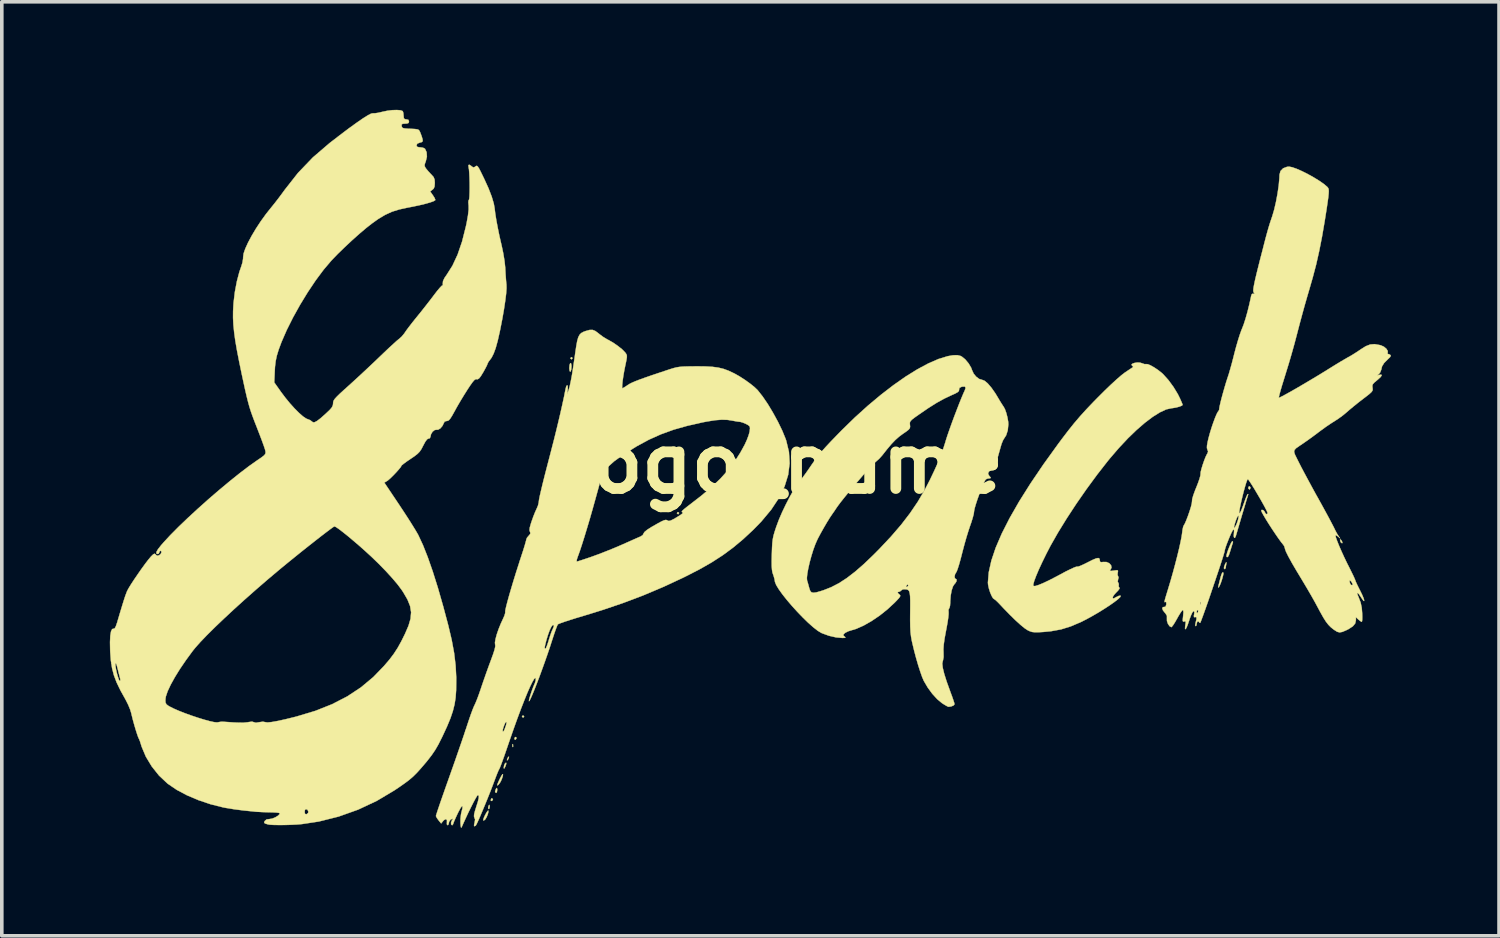
<source format=kicad_pcb>
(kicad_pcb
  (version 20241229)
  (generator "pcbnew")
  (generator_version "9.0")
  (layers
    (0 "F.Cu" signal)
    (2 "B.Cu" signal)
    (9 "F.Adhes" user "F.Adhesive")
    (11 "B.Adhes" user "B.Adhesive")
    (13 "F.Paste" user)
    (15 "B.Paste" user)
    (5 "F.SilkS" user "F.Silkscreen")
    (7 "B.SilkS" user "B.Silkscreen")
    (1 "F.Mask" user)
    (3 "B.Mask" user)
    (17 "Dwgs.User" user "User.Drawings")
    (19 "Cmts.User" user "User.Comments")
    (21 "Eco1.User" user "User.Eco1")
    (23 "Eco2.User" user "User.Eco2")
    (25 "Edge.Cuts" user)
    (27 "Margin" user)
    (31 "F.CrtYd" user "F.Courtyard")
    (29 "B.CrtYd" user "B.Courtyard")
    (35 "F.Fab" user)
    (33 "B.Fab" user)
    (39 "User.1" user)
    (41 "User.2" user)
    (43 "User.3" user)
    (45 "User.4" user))
  (footprint "logo_name"
    (layer "F.Cu")
    (at 18.707 9.826)
    (property "Reference" "logo_name" (at 0 0 0) (layer "F.SilkS") (effects (font (size 1.524 1.524) (thickness 0.3))))
    (attr through_hole)
    (fp_poly (pts (xy -7.511 7.792) (xy -7.507 7.853) (xy -7.511 7.867) (xy -7.521 7.87) (xy -7.526 7.829) (xy -7.521 7.787) (xy -7.511 7.792)) (stroke (width 0.01) (type solid)) (fill yes) (layer "F.SilkS"))
    (fp_poly (pts (xy 15.508 2.149) (xy 15.523 2.196) (xy 15.513 2.211) (xy 15.48 2.187) (xy 15.467 2.162) (xy 15.456 2.11) (xy 15.474 2.105) (xy 15.508 2.149)) (stroke (width 0.01) (type solid)) (fill yes) (layer "F.SilkS"))
    (fp_poly (pts (xy -8.16 9.498) (xy -8.158 9.532) (xy -8.169 9.581) (xy -8.185 9.592) (xy -8.2 9.568) (xy -8.196 9.532) (xy -8.179 9.484) (xy -8.169 9.473) (xy -8.16 9.498)) (stroke (width 0.01) (type solid)) (fill yes) (layer "F.SilkS"))
    (fp_poly (pts (xy -8.069 9.315) (xy -8.068 9.322) (xy -8.09 9.362) (xy -8.098 9.368) (xy -8.124 9.361) (xy -8.128 9.34) (xy -8.112 9.299) (xy -8.098 9.293) (xy -8.069 9.315)) (stroke (width 0.01) (type solid)) (fill yes) (layer "F.SilkS"))
    (fp_poly (pts (xy -7.621 8.143) (xy -7.636 8.192) (xy -7.65 8.218) (xy -7.674 8.242) (xy -7.679 8.233) (xy -7.664 8.183) (xy -7.65 8.158) (xy -7.626 8.134) (xy -7.621 8.143)) (stroke (width 0.01) (type solid)) (fill yes) (layer "F.SilkS"))
    (fp_poly (pts (xy -7.412 7.612) (xy -7.411 7.618) (xy -7.433 7.659) (xy -7.441 7.665) (xy -7.466 7.658) (xy -7.471 7.637) (xy -7.455 7.596) (xy -7.441 7.59) (xy -7.412 7.612)) (stroke (width 0.01) (type solid)) (fill yes) (layer "F.SilkS"))
    (fp_poly (pts (xy -7.203 7.015) (xy -7.202 7.022) (xy -7.224 7.051) (xy -7.232 7.052) (xy -7.261 7.029) (xy -7.261 7.022) (xy -7.239 6.993) (xy -7.232 6.992) (xy -7.203 7.015)) (stroke (width 0.01) (type solid)) (fill yes) (layer "F.SilkS"))
    (fp_poly (pts (xy -5.858 -2.936) (xy -5.857 -2.928) (xy -5.88 -2.899) (xy -5.887 -2.899) (xy -5.916 -2.921) (xy -5.917 -2.928) (xy -5.894 -2.957) (xy -5.887 -2.958) (xy -5.858 -2.936)) (stroke (width 0.01) (type solid)) (fill yes) (layer "F.SilkS"))
    (fp_poly (pts (xy -2.899 1.367) (xy -2.899 1.375) (xy -2.921 1.404) (xy -2.928 1.404) (xy -2.957 1.382) (xy -2.958 1.375) (xy -2.936 1.346) (xy -2.928 1.345) (xy -2.899 1.367)) (stroke (width 0.01) (type solid)) (fill yes) (layer "F.SilkS"))
    (fp_poly (pts (xy 12.966 0.652) (xy 12.969 0.672) (xy 12.953 0.712) (xy 12.939 0.717) (xy 12.913 0.693) (xy 12.909 0.672) (xy 12.925 0.633) (xy 12.939 0.628) (xy 12.966 0.652)) (stroke (width 0.01) (type solid)) (fill yes) (layer "F.SilkS"))
    (fp_poly (pts (xy -7.95 9.036) (xy -7.949 9.062) (xy -7.958 9.121) (xy -7.979 9.144) (xy -8.006 9.12) (xy -8.008 9.107) (xy -7.992 9.05) (xy -7.979 9.024) (xy -7.958 9.004) (xy -7.95 9.036)) (stroke (width 0.01) (type solid)) (fill yes) (layer "F.SilkS"))
    (fp_poly (pts (xy -7.699 8.308) (xy -7.7 8.342) (xy -7.722 8.406) (xy -7.725 8.412) (xy -7.752 8.465) (xy -7.764 8.465) (xy -7.767 8.442) (xy -7.758 8.382) (xy -7.735 8.33) (xy -7.709 8.305) (xy -7.699 8.308)) (stroke (width 0.01) (type solid)) (fill yes) (layer "F.SilkS"))
    (fp_poly (pts (xy 12.301 2.772) (xy 12.299 2.779) (xy 12.286 2.851) (xy 12.282 2.891) (xy 12.262 2.926) (xy 12.25 2.928) (xy 12.232 2.905) (xy 12.238 2.861) (xy 12.264 2.792) (xy 12.287 2.748) (xy 12.302 2.738) (xy 12.301 2.772)) (stroke (width 0.01) (type solid)) (fill yes) (layer "F.SilkS"))
    (fp_poly (pts (xy -5.897 -2.781) (xy -5.887 -2.718) (xy -5.887 -2.693) (xy -5.894 -2.613) (xy -5.911 -2.561) (xy -5.917 -2.555) (xy -5.936 -2.568) (xy -5.946 -2.631) (xy -5.947 -2.656) (xy -5.94 -2.736) (xy -5.923 -2.788) (xy -5.917 -2.794) (xy -5.897 -2.781)) (stroke (width 0.01) (type solid)) (fill yes) (layer "F.SilkS"))
    (fp_poly (pts (xy -8.198 9.632) (xy -8.194 9.671) (xy -8.212 9.74) (xy -8.243 9.815) (xy -8.279 9.876) (xy -8.294 9.892) (xy -8.329 9.913) (xy -8.337 9.894) (xy -8.325 9.847) (xy -8.296 9.779) (xy -8.258 9.708) (xy -8.223 9.653) (xy -8.2 9.631) (xy -8.198 9.632)) (stroke (width 0.01) (type solid)) (fill yes) (layer "F.SilkS"))
    (fp_poly (pts (xy -7.788 8.631) (xy -7.795 8.678) (xy -7.817 8.746) (xy -7.848 8.819) (xy -7.874 8.864) (xy -7.917 8.92) (xy -7.944 8.936) (xy -7.949 8.924) (xy -7.936 8.883) (xy -7.905 8.811) (xy -7.866 8.731) (xy -7.828 8.661) (xy -7.802 8.623) (xy -7.8 8.622) (xy -7.788 8.631)) (stroke (width 0.01) (type solid)) (fill yes) (layer "F.SilkS"))
    (fp_poly (pts (xy 12.484 2.174) (xy 12.478 2.203) (xy 12.459 2.258) (xy 12.431 2.349) (xy 12.407 2.427) (xy 12.371 2.536) (xy 12.342 2.59) (xy 12.316 2.595) (xy 12.302 2.577) (xy 12.305 2.538) (xy 12.325 2.464) (xy 12.358 2.371) (xy 12.396 2.278) (xy 12.432 2.2) (xy 12.461 2.156) (xy 12.468 2.152) (xy 12.484 2.174)) (stroke (width 0.01) (type solid)) (fill yes) (layer "F.SilkS"))
    (fp_poly (pts (xy 12.215 3.025) (xy 12.219 3.052) (xy 12.207 3.111) (xy 12.179 3.215) (xy 12.174 3.229) (xy 12.146 3.313) (xy 12.117 3.382) (xy 12.092 3.428) (xy 12.076 3.441) (xy 12.076 3.414) (xy 12.084 3.377) (xy 12.103 3.302) (xy 12.128 3.201) (xy 12.138 3.16) (xy 12.163 3.078) (xy 12.187 3.027) (xy 12.197 3.018) (xy 12.215 3.025)) (stroke (width 0.01) (type solid)) (fill yes) (layer "F.SilkS"))
    (fp_poly (pts (xy 9.895 -2.807) (xy 9.959 -2.788) (xy 10.026 -2.764) (xy 10.071 -2.765) (xy 10.071 -2.765) (xy 10.117 -2.762) (xy 10.196 -2.729) (xy 10.295 -2.673) (xy 10.401 -2.602) (xy 10.502 -2.523) (xy 10.548 -2.48) (xy 10.69 -2.322) (xy 10.831 -2.13) (xy 10.953 -1.929) (xy 11.014 -1.805) (xy 11.053 -1.717) (xy 11.079 -1.653) (xy 11.086 -1.631) (xy 11.06 -1.609) (xy 10.993 -1.583) (xy 10.903 -1.559) (xy 10.809 -1.543) (xy 10.778 -1.54) (xy 10.629 -1.507) (xy 10.453 -1.425) (xy 10.254 -1.3) (xy 10.036 -1.135) (xy 9.804 -0.934) (xy 9.561 -0.699) (xy 9.313 -0.434) (xy 9.063 -0.143) (xy 9.005 -0.072) (xy 8.709 0.307) (xy 8.416 0.706) (xy 8.133 1.113) (xy 7.867 1.519) (xy 7.625 1.912) (xy 7.415 2.281) (xy 7.302 2.499) (xy 7.186 2.736) (xy 7.09 2.943) (xy 7.016 3.118) (xy 6.965 3.254) (xy 6.939 3.348) (xy 6.941 3.395) (xy 6.942 3.396) (xy 6.986 3.4) (xy 7.076 3.373) (xy 7.209 3.319) (xy 7.38 3.238) (xy 7.585 3.132) (xy 7.694 3.074) (xy 7.84 2.995) (xy 7.968 2.932) (xy 8.068 2.886) (xy 8.132 2.862) (xy 8.15 2.861) (xy 8.179 2.861) (xy 8.249 2.836) (xy 8.349 2.791) (xy 8.443 2.744) (xy 8.584 2.673) (xy 8.681 2.632) (xy 8.742 2.62) (xy 8.775 2.637) (xy 8.785 2.681) (xy 8.785 2.69) (xy 8.795 2.729) (xy 8.836 2.736) (xy 8.875 2.73) (xy 8.969 2.731) (xy 9.047 2.765) (xy 9.098 2.822) (xy 9.111 2.889) (xy 9.077 2.954) (xy 9.065 2.975) (xy 9.094 2.98) (xy 9.171 2.97) (xy 9.251 2.959) (xy 9.287 2.965) (xy 9.29 2.994) (xy 9.283 3.027) (xy 9.278 3.09) (xy 9.292 3.122) (xy 9.306 3.163) (xy 9.293 3.212) (xy 9.282 3.28) (xy 9.297 3.304) (xy 9.314 3.344) (xy 9.309 3.37) (xy 9.312 3.422) (xy 9.327 3.439) (xy 9.333 3.47) (xy 9.291 3.527) (xy 9.254 3.564) (xy 9.19 3.633) (xy 9.15 3.693) (xy 9.144 3.715) (xy 9.151 3.742) (xy 9.18 3.739) (xy 9.245 3.703) (xy 9.246 3.703) (xy 9.319 3.669) (xy 9.362 3.668) (xy 9.366 3.672) (xy 9.353 3.704) (xy 9.295 3.76) (xy 9.199 3.835) (xy 9.075 3.923) (xy 8.929 4.019) (xy 8.769 4.119) (xy 8.602 4.217) (xy 8.437 4.308) (xy 8.282 4.388) (xy 8.265 4.396) (xy 7.98 4.518) (xy 7.71 4.602) (xy 7.432 4.653) (xy 7.217 4.674) (xy 7.076 4.682) (xy 6.977 4.682) (xy 6.905 4.674) (xy 6.843 4.654) (xy 6.783 4.626) (xy 6.699 4.571) (xy 6.582 4.475) (xy 6.44 4.346) (xy 6.279 4.188) (xy 6.105 4.009) (xy 6.01 3.907) (xy 5.939 3.834) (xy 5.883 3.783) (xy 5.856 3.765) (xy 5.821 3.739) (xy 5.78 3.669) (xy 5.739 3.573) (xy 5.705 3.465) (xy 5.683 3.361) (xy 5.678 3.302) (xy 5.702 3.015) (xy 5.774 2.692) (xy 5.894 2.335) (xy 6.063 1.942) (xy 6.28 1.515) (xy 6.545 1.052) (xy 6.859 0.553) (xy 7.22 0.02) (xy 7.63 -0.549) (xy 7.733 -0.687) (xy 7.91 -0.919) (xy 8.073 -1.123) (xy 8.236 -1.314) (xy 8.411 -1.507) (xy 8.612 -1.718) (xy 8.724 -1.832) (xy 8.916 -2.024) (xy 9.094 -2.195) (xy 9.252 -2.34) (xy 9.382 -2.453) (xy 9.48 -2.529) (xy 9.488 -2.534) (xy 9.585 -2.599) (xy 9.662 -2.65) (xy 9.706 -2.68) (xy 9.711 -2.683) (xy 9.703 -2.704) (xy 9.685 -2.717) (xy 9.664 -2.747) (xy 9.689 -2.775) (xy 9.745 -2.796) (xy 9.818 -2.808) (xy 9.895 -2.807)) (stroke (width 0.01) (type solid)) (fill yes) (layer "F.SilkS"))
    (fp_poly (pts (xy 4.916 -2.992) (xy 4.956 -2.971) (xy 5.049 -2.895) (xy 5.14 -2.786) (xy 5.211 -2.667) (xy 5.241 -2.588) (xy 5.283 -2.498) (xy 5.354 -2.413) (xy 5.436 -2.352) (xy 5.507 -2.331) (xy 5.581 -2.304) (xy 5.672 -2.229) (xy 5.774 -2.11) (xy 5.883 -1.955) (xy 5.946 -1.851) (xy 6.009 -1.744) (xy 6.066 -1.653) (xy 6.105 -1.593) (xy 6.112 -1.584) (xy 6.15 -1.515) (xy 6.188 -1.408) (xy 6.22 -1.284) (xy 6.241 -1.163) (xy 6.245 -1.093) (xy 6.229 -0.927) (xy 6.184 -0.787) (xy 6.131 -0.705) (xy 6.095 -0.644) (xy 6.056 -0.547) (xy 6.025 -0.441) (xy 5.956 -0.195) (xy 5.883 -0.009) (xy 5.806 0.119) (xy 5.766 0.161) (xy 5.699 0.228) (xy 5.682 0.282) (xy 5.713 0.337) (xy 5.728 0.353) (xy 5.758 0.389) (xy 5.744 0.405) (xy 5.69 0.412) (xy 5.654 0.419) (xy 5.624 0.435) (xy 5.596 0.47) (xy 5.564 0.532) (xy 5.522 0.63) (xy 5.467 0.773) (xy 5.445 0.831) (xy 5.389 0.984) (xy 5.343 1.124) (xy 5.31 1.238) (xy 5.294 1.314) (xy 5.293 1.33) (xy 5.284 1.395) (xy 5.257 1.499) (xy 5.218 1.627) (xy 5.186 1.718) (xy 5.139 1.858) (xy 5.084 2.036) (xy 5.028 2.232) (xy 4.976 2.428) (xy 4.96 2.491) (xy 4.918 2.654) (xy 4.877 2.8) (xy 4.84 2.917) (xy 4.811 2.994) (xy 4.798 3.016) (xy 4.765 3.073) (xy 4.752 3.137) (xy 4.761 3.185) (xy 4.781 3.197) (xy 4.809 3.218) (xy 4.805 3.266) (xy 4.772 3.321) (xy 4.751 3.342) (xy 4.707 3.409) (xy 4.67 3.521) (xy 4.644 3.664) (xy 4.632 3.824) (xy 4.632 3.857) (xy 4.626 3.945) (xy 4.61 4.006) (xy 4.6 4.02) (xy 4.582 4.061) (xy 4.586 4.119) (xy 4.586 4.176) (xy 4.576 4.279) (xy 4.556 4.414) (xy 4.528 4.569) (xy 4.516 4.632) (xy 4.475 4.852) (xy 4.451 5.024) (xy 4.442 5.158) (xy 4.445 5.239) (xy 4.447 5.371) (xy 4.43 5.466) (xy 4.424 5.482) (xy 4.41 5.553) (xy 4.424 5.671) (xy 4.464 5.836) (xy 4.532 6.051) (xy 4.628 6.317) (xy 4.633 6.332) (xy 4.681 6.461) (xy 4.719 6.571) (xy 4.744 6.649) (xy 4.751 6.681) (xy 4.725 6.714) (xy 4.662 6.741) (xy 4.587 6.753) (xy 4.548 6.738) (xy 4.476 6.697) (xy 4.398 6.647) (xy 4.269 6.539) (xy 4.133 6.39) (xy 4.005 6.215) (xy 3.898 6.032) (xy 3.896 6.028) (xy 3.852 5.926) (xy 3.8 5.778) (xy 3.742 5.598) (xy 3.684 5.398) (xy 3.629 5.191) (xy 3.581 4.99) (xy 3.567 4.931) (xy 3.544 4.806) (xy 3.529 4.677) (xy 3.521 4.527) (xy 3.518 4.343) (xy 3.519 4.184) (xy 3.521 3.966) (xy 3.521 3.8) (xy 3.517 3.679) (xy 3.507 3.596) (xy 3.491 3.542) (xy 3.467 3.511) (xy 3.433 3.495) (xy 3.398 3.488) (xy 3.313 3.49) (xy 3.278 3.515) (xy 3.232 3.552) (xy 3.211 3.556) (xy 3.171 3.568) (xy 3.185 3.603) (xy 3.22 3.633) (xy 3.242 3.656) (xy 3.241 3.683) (xy 3.213 3.727) (xy 3.151 3.795) (xy 3.093 3.855) (xy 2.892 4.042) (xy 2.673 4.217) (xy 2.446 4.371) (xy 2.224 4.497) (xy 2.019 4.588) (xy 1.888 4.627) (xy 1.793 4.657) (xy 1.716 4.697) (xy 1.701 4.708) (xy 1.663 4.749) (xy 1.669 4.777) (xy 1.696 4.8) (xy 1.723 4.825) (xy 1.707 4.837) (xy 1.641 4.84) (xy 1.638 4.84) (xy 1.46 4.824) (xy 1.263 4.779) (xy 1.074 4.71) (xy 1.052 4.7) (xy 0.952 4.64) (xy 0.828 4.543) (xy 0.688 4.419) (xy 0.539 4.274) (xy 0.386 4.115) (xy 0.236 3.95) (xy 0.096 3.786) (xy -0.027 3.631) (xy -0.128 3.49) (xy -0.2 3.372) (xy -0.236 3.284) (xy -0.239 3.261) (xy -0.25 3.194) (xy -0.257 3.172) (xy 0.65 3.172) (xy 0.655 3.24) (xy 0.682 3.33) (xy 0.711 3.437) (xy 0.717 3.459) (xy 0.741 3.529) (xy 0.775 3.571) (xy 0.83 3.585) (xy 0.916 3.574) (xy 1.042 3.538) (xy 1.121 3.512) (xy 1.331 3.429) (xy 1.367 3.41) (xy 3.407 3.41) (xy 3.425 3.426) (xy 3.436 3.422) (xy 3.465 3.382) (xy 3.466 3.373) (xy 3.448 3.357) (xy 3.436 3.362) (xy 3.408 3.401) (xy 3.407 3.41) (xy 1.367 3.41) (xy 1.542 3.319) (xy 1.759 3.178) (xy 1.989 3.001) (xy 2.237 2.785) (xy 2.508 2.525) (xy 2.66 2.372) (xy 2.987 2.024) (xy 3.27 1.695) (xy 3.515 1.376) (xy 3.732 1.056) (xy 3.926 0.724) (xy 4.071 0.444) (xy 4.188 0.198) (xy 4.283 -0.012) (xy 4.361 -0.202) (xy 4.429 -0.388) (xy 4.493 -0.587) (xy 4.513 -0.656) (xy 4.552 -0.777) (xy 4.606 -0.933) (xy 4.67 -1.113) (xy 4.741 -1.305) (xy 4.815 -1.498) (xy 4.885 -1.679) (xy 4.949 -1.837) (xy 5.001 -1.96) (xy 5.033 -2.028) (xy 5.059 -2.103) (xy 5.04 -2.139) (xy 4.973 -2.14) (xy 4.946 -2.134) (xy 4.887 -2.104) (xy 4.877 -2.054) (xy 4.872 -2.019) (xy 4.839 -1.986) (xy 4.768 -1.946) (xy 4.662 -1.899) (xy 4.467 -1.807) (xy 4.257 -1.691) (xy 4.023 -1.544) (xy 3.759 -1.363) (xy 3.644 -1.282) (xy 3.569 -1.224) (xy 3.528 -1.181) (xy 3.511 -1.144) (xy 3.51 -1.102) (xy 3.513 -1.076) (xy 3.517 -1.023) (xy 3.507 -0.982) (xy 3.474 -0.942) (xy 3.407 -0.89) (xy 3.319 -0.83) (xy 3.211 -0.75) (xy 3.108 -0.659) (xy 3.001 -0.547) (xy 2.879 -0.403) (xy 2.739 -0.226) (xy 2.657 -0.135) (xy 2.561 -0.05) (xy 2.541 -0.034) (xy 2.492 0.011) (xy 2.413 0.094) (xy 2.311 0.207) (xy 2.192 0.343) (xy 2.063 0.493) (xy 1.93 0.65) (xy 1.802 0.804) (xy 1.684 0.949) (xy 1.584 1.075) (xy 1.509 1.176) (xy 1.475 1.224) (xy 1.417 1.312) (xy 1.361 1.391) (xy 1.353 1.403) (xy 1.288 1.499) (xy 1.206 1.632) (xy 1.116 1.786) (xy 1.028 1.943) (xy 0.951 2.089) (xy 0.941 2.11) (xy 0.885 2.237) (xy 0.828 2.393) (xy 0.775 2.565) (xy 0.727 2.741) (xy 0.689 2.909) (xy 0.662 3.057) (xy 0.65 3.172) (xy -0.257 3.172) (xy -0.277 3.105) (xy -0.287 3.078) (xy -0.307 3.017) (xy -0.319 2.942) (xy -0.326 2.842) (xy -0.327 2.706) (xy -0.323 2.521) (xy -0.323 2.518) (xy -0.317 2.34) (xy -0.309 2.206) (xy -0.296 2.097) (xy -0.276 1.998) (xy -0.245 1.891) (xy -0.202 1.76) (xy -0.198 1.749) (xy -0.127 1.558) (xy -0.037 1.349) (xy 0.065 1.136) (xy 0.171 0.93) (xy 0.276 0.744) (xy 0.373 0.592) (xy 0.441 0.502) (xy 0.509 0.417) (xy 0.598 0.297) (xy 0.696 0.159) (xy 0.791 0.018) (xy 0.792 0.018) (xy 0.872 -0.098) (xy 0.958 -0.212) (xy 1.056 -0.332) (xy 1.174 -0.464) (xy 1.317 -0.617) (xy 1.493 -0.799) (xy 1.619 -0.928) (xy 1.982 -1.282) (xy 2.346 -1.611) (xy 2.706 -1.912) (xy 3.058 -2.183) (xy 3.398 -2.421) (xy 3.722 -2.622) (xy 4.027 -2.785) (xy 4.308 -2.907) (xy 4.56 -2.984) (xy 4.71 -3.01) (xy 4.828 -3.013) (xy 4.916 -2.992)) (stroke (width 0.01) (type solid)) (fill yes) (layer "F.SilkS"))
    (fp_poly (pts (xy -5.223 -3.683) (xy -5.129 -3.612) (xy -5.106 -3.593) (xy -5.015 -3.525) (xy -4.906 -3.458) (xy -4.866 -3.437) (xy -4.736 -3.364) (xy -4.604 -3.273) (xy -4.485 -3.179) (xy -4.4 -3.093) (xy -4.388 -3.078) (xy -4.362 -3.04) (xy -4.349 -3.003) (xy -4.349 -2.951) (xy -4.362 -2.872) (xy -4.387 -2.749) (xy -4.391 -2.734) (xy -4.422 -2.579) (xy -4.448 -2.428) (xy -4.467 -2.293) (xy -4.478 -2.185) (xy -4.48 -2.114) (xy -4.472 -2.092) (xy -4.44 -2.108) (xy -4.375 -2.148) (xy -4.326 -2.182) (xy -4.277 -2.213) (xy -4.21 -2.247) (xy -4.12 -2.286) (xy -4.002 -2.332) (xy -3.849 -2.387) (xy -3.656 -2.454) (xy -3.417 -2.534) (xy -3.153 -2.622) (xy -3.059 -2.651) (xy -2.975 -2.673) (xy -2.889 -2.687) (xy -2.787 -2.696) (xy -2.656 -2.7) (xy -2.483 -2.702) (xy -2.406 -2.703) (xy -2.166 -2.7) (xy -1.972 -2.689) (xy -1.809 -2.667) (xy -1.664 -2.632) (xy -1.523 -2.58) (xy -1.371 -2.508) (xy -1.362 -2.504) (xy -1.224 -2.426) (xy -1.075 -2.33) (xy -0.931 -2.227) (xy -0.807 -2.128) (xy -0.72 -2.045) (xy -0.718 -2.043) (xy -0.581 -1.869) (xy -0.434 -1.654) (xy -0.289 -1.412) (xy -0.152 -1.161) (xy -0.033 -0.915) (xy 0.059 -0.69) (xy 0.076 -0.642) (xy 0.152 -0.327) (xy 0.171 -0.01) (xy 0.131 0.309) (xy 0.032 0.629) (xy -0.125 0.953) (xy -0.342 1.28) (xy -0.618 1.61) (xy -0.841 1.839) (xy -1.122 2.1) (xy -1.399 2.331) (xy -1.685 2.542) (xy -1.991 2.74) (xy -2.329 2.933) (xy -2.711 3.129) (xy -2.794 3.17) (xy -3.348 3.427) (xy -3.897 3.659) (xy -4.458 3.871) (xy -5.049 4.071) (xy -5.558 4.228) (xy -5.75 4.285) (xy -5.924 4.34) (xy -6.07 4.387) (xy -6.181 4.426) (xy -6.248 4.453) (xy -6.264 4.462) (xy -6.285 4.502) (xy -6.318 4.588) (xy -6.361 4.709) (xy -6.408 4.852) (xy -6.424 4.901) (xy -6.485 5.09) (xy -6.554 5.294) (xy -6.628 5.506) (xy -6.704 5.717) (xy -6.779 5.922) (xy -6.852 6.112) (xy -6.918 6.281) (xy -6.976 6.421) (xy -7.022 6.525) (xy -7.054 6.586) (xy -7.068 6.598) (xy -7.066 6.566) (xy -7.047 6.493) (xy -7.017 6.395) (xy -6.981 6.289) (xy -6.944 6.19) (xy -6.912 6.114) (xy -6.904 6.098) (xy -6.88 6.02) (xy -6.879 5.968) (xy -6.894 5.949) (xy -6.927 5.983) (xy -6.975 6.066) (xy -7.037 6.193) (xy -7.111 6.361) (xy -7.195 6.567) (xy -7.288 6.805) (xy -7.388 7.072) (xy -7.493 7.364) (xy -7.602 7.677) (xy -7.633 7.767) (xy -7.698 7.957) (xy -7.758 8.13) (xy -7.811 8.276) (xy -7.852 8.387) (xy -7.88 8.454) (xy -7.888 8.471) (xy -7.91 8.512) (xy -7.946 8.596) (xy -7.99 8.709) (xy -8.019 8.787) (xy -8.074 8.933) (xy -8.138 9.099) (xy -8.208 9.275) (xy -8.281 9.454) (xy -8.352 9.625) (xy -8.417 9.779) (xy -8.473 9.907) (xy -8.516 9.999) (xy -8.542 10.047) (xy -8.545 10.051) (xy -8.581 10.071) (xy -8.594 10.044) (xy -8.581 9.979) (xy -8.577 9.969) (xy -8.563 9.882) (xy -8.581 9.835) (xy -8.594 9.794) (xy -8.589 9.731) (xy -8.564 9.635) (xy -8.536 9.545) (xy -8.488 9.393) (xy -8.463 9.291) (xy -8.46 9.23) (xy -8.479 9.205) (xy -8.489 9.204) (xy -8.51 9.229) (xy -8.552 9.3) (xy -8.609 9.405) (xy -8.675 9.536) (xy -8.748 9.683) (xy -8.82 9.837) (xy -8.888 9.986) (xy -8.925 10.07) (xy -8.943 10.107) (xy -8.955 10.103) (xy -8.963 10.053) (xy -8.97 9.981) (xy -8.969 9.857) (xy -8.954 9.731) (xy -8.943 9.682) (xy -8.915 9.573) (xy -8.912 9.517) (xy -8.929 9.513) (xy -8.967 9.562) (xy -9.021 9.662) (xy -9.05 9.72) (xy -9.103 9.835) (xy -9.145 9.931) (xy -9.17 9.995) (xy -9.174 10.011) (xy -9.197 10.04) (xy -9.204 10.04) (xy -9.229 10.018) (xy -9.231 9.966) (xy -9.209 9.911) (xy -9.198 9.897) (xy -9.181 9.867) (xy -9.192 9.861) (xy -9.246 9.887) (xy -9.286 9.946) (xy -9.293 9.987) (xy -9.309 10.032) (xy -9.327 10.04) (xy -9.348 10.015) (xy -9.346 9.965) (xy -9.346 9.894) (xy -9.378 9.871) (xy -9.429 9.9) (xy -9.45 9.922) (xy -9.506 9.992) (xy -9.578 9.904) (xy -9.625 9.838) (xy -9.65 9.789) (xy -9.651 9.783) (xy -9.641 9.748) (xy -9.614 9.663) (xy -9.571 9.535) (xy -9.515 9.371) (xy -9.447 9.177) (xy -9.371 8.96) (xy -9.297 8.752) (xy -9.206 8.494) (xy -9.113 8.231) (xy -9.024 7.974) (xy -8.941 7.734) (xy -8.869 7.522) (xy -8.836 7.422) (xy -7.799 7.422) (xy -7.789 7.442) (xy -7.764 7.418) (xy -7.743 7.373) (xy -7.704 7.262) (xy -7.69 7.197) (xy -7.698 7.172) (xy -7.703 7.172) (xy -7.725 7.197) (xy -7.753 7.258) (xy -7.78 7.333) (xy -7.797 7.4) (xy -7.799 7.422) (xy -8.836 7.422) (xy -8.811 7.35) (xy -8.787 7.276) (xy -8.732 7.11) (xy -8.679 6.957) (xy -8.632 6.83) (xy -8.595 6.74) (xy -8.579 6.707) (xy -8.55 6.644) (xy -8.507 6.539) (xy -8.457 6.404) (xy -8.405 6.254) (xy -8.397 6.229) (xy -8.332 6.038) (xy -8.256 5.821) (xy -8.179 5.607) (xy -8.124 5.459) (xy -8.062 5.289) (xy -8.023 5.167) (xy -8.007 5.097) (xy -6.63 5.097) (xy -6.63 5.129) (xy -6.616 5.139) (xy -6.61 5.14) (xy -6.591 5.113) (xy -6.562 5.042) (xy -6.528 4.939) (xy -6.515 4.893) (xy -6.477 4.771) (xy -6.439 4.664) (xy -6.407 4.59) (xy -6.4 4.578) (xy -6.374 4.51) (xy -6.386 4.479) (xy -6.414 4.486) (xy -6.452 4.541) (xy -6.496 4.635) (xy -6.541 4.759) (xy -6.585 4.904) (xy -6.589 4.919) (xy -6.617 5.031) (xy -6.63 5.097) (xy -8.007 5.097) (xy -8.004 5.085) (xy -8.003 5.034) (xy -8.008 5.021) (xy -8.012 4.965) (xy -7.995 4.868) (xy -7.961 4.741) (xy -7.912 4.598) (xy -7.853 4.451) (xy -7.789 4.312) (xy -7.749 4.221) (xy -7.727 4.147) (xy -7.727 4.114) (xy -7.723 4.072) (xy -7.703 3.98) (xy -7.669 3.846) (xy -7.622 3.675) (xy -7.564 3.476) (xy -7.498 3.255) (xy -7.425 3.019) (xy -7.347 2.776) (xy -7.325 2.706) (xy -5.745 2.706) (xy -5.739 2.719) (xy -5.703 2.71) (xy -5.62 2.684) (xy -5.504 2.646) (xy -5.364 2.599) (xy -5.314 2.581) (xy -5.133 2.515) (xy -4.922 2.433) (xy -4.706 2.346) (xy -4.509 2.262) (xy -4.482 2.25) (xy -4.327 2.181) (xy -4.186 2.118) (xy -4.07 2.067) (xy -3.99 2.032) (xy -3.967 2.023) (xy -3.908 1.983) (xy -3.885 1.939) (xy -3.858 1.897) (xy -3.784 1.836) (xy -3.668 1.762) (xy -3.653 1.753) (xy -3.503 1.667) (xy -3.396 1.609) (xy -3.322 1.575) (xy -3.272 1.562) (xy -3.238 1.567) (xy -3.216 1.58) (xy -3.184 1.592) (xy -3.134 1.581) (xy -3.054 1.542) (xy -2.961 1.488) (xy -2.857 1.423) (xy -2.802 1.381) (xy -2.792 1.357) (xy -2.809 1.35) (xy -2.826 1.338) (xy -2.81 1.309) (xy -2.755 1.259) (xy -2.658 1.182) (xy -2.608 1.144) (xy -2.274 0.885) (xy -1.989 0.643) (xy -1.745 0.41) (xy -1.536 0.178) (xy -1.355 -0.058) (xy -1.196 -0.308) (xy -1.072 -0.535) (xy -1.015 -0.661) (xy -0.968 -0.786) (xy -0.94 -0.887) (xy -0.938 -0.901) (xy -0.929 -0.987) (xy -0.939 -1.036) (xy -0.981 -1.071) (xy -1.038 -1.102) (xy -1.124 -1.139) (xy -1.196 -1.16) (xy -1.213 -1.162) (xy -1.277 -1.169) (xy -1.368 -1.185) (xy -1.404 -1.192) (xy -1.552 -1.216) (xy -1.711 -1.221) (xy -1.895 -1.207) (xy -2.115 -1.172) (xy -2.237 -1.149) (xy -2.666 -1.052) (xy -3.049 -0.944) (xy -3.402 -0.816) (xy -3.739 -0.665) (xy -4.075 -0.483) (xy -4.423 -0.266) (xy -4.469 -0.235) (xy -4.699 -0.068) (xy -4.874 0.088) (xy -4.992 0.231) (xy -5.05 0.355) (xy -5.068 0.418) (xy -5.098 0.527) (xy -5.137 0.672) (xy -5.183 0.839) (xy -5.23 1.009) (xy -5.304 1.274) (xy -5.38 1.54) (xy -5.457 1.798) (xy -5.53 2.038) (xy -5.597 2.25) (xy -5.655 2.426) (xy -5.701 2.554) (xy -5.707 2.568) (xy -5.735 2.651) (xy -5.745 2.706) (xy -7.325 2.706) (xy -7.278 2.562) (xy -7.229 2.413) (xy -7.188 2.281) (xy -7.159 2.179) (xy -7.143 2.118) (xy -7.142 2.108) (xy -7.122 2.057) (xy -7.075 2.002) (xy -7.031 1.949) (xy -7.033 1.903) (xy -7.041 1.889) (xy -7.053 1.847) (xy -7.046 1.779) (xy -7.017 1.674) (xy -6.992 1.598) (xy -6.947 1.471) (xy -6.9 1.353) (xy -6.861 1.266) (xy -6.855 1.254) (xy -6.816 1.161) (xy -6.795 1.07) (xy -6.795 1.061) (xy -6.787 1) (xy -6.767 0.898) (xy -6.733 0.751) (xy -6.687 0.558) (xy -6.626 0.315) (xy -6.55 0.021) (xy -6.459 -0.328) (xy -6.436 -0.418) (xy -6.375 -0.655) (xy -6.312 -0.908) (xy -6.25 -1.165) (xy -6.191 -1.416) (xy -6.139 -1.648) (xy -6.095 -1.85) (xy -6.063 -2.012) (xy -6.052 -2.069) (xy -6.03 -2.153) (xy -6.006 -2.179) (xy -5.99 -2.151) (xy -5.989 -2.07) (xy -5.991 -2.054) (xy -6.006 -1.927) (xy -5.961 -2.062) (xy -5.934 -2.158) (xy -5.905 -2.292) (xy -5.872 -2.469) (xy -5.837 -2.694) (xy -5.796 -2.972) (xy -5.783 -3.068) (xy -5.754 -3.261) (xy -5.728 -3.405) (xy -5.699 -3.507) (xy -5.664 -3.577) (xy -5.618 -3.625) (xy -5.557 -3.659) (xy -5.496 -3.682) (xy -5.386 -3.713) (xy -5.302 -3.715) (xy -5.223 -3.683)) (stroke (width 0.01) (type solid)) (fill yes) (layer "F.SilkS"))
    (fp_poly (pts (xy 14.13 -8.231) (xy 14.254 -8.187) (xy 14.403 -8.121) (xy 14.564 -8.04) (xy 14.726 -7.95) (xy 14.877 -7.857) (xy 15.004 -7.769) (xy 15.096 -7.692) (xy 15.117 -7.669) (xy 15.132 -7.646) (xy 15.141 -7.614) (xy 15.144 -7.566) (xy 15.14 -7.495) (xy 15.13 -7.395) (xy 15.111 -7.26) (xy 15.085 -7.081) (xy 15.049 -6.854) (xy 15.029 -6.727) (xy 14.955 -6.296) (xy 14.878 -5.906) (xy 14.795 -5.537) (xy 14.699 -5.172) (xy 14.611 -4.866) (xy 14.548 -4.652) (xy 14.477 -4.404) (xy 14.406 -4.147) (xy 14.341 -3.905) (xy 14.312 -3.795) (xy 14.245 -3.538) (xy 14.188 -3.322) (xy 14.135 -3.132) (xy 14.083 -2.95) (xy 14.027 -2.761) (xy 13.961 -2.547) (xy 13.891 -2.32) (xy 13.842 -2.162) (xy 13.802 -2.024) (xy 13.773 -1.917) (xy 13.758 -1.85) (xy 13.757 -1.831) (xy 13.787 -1.841) (xy 13.861 -1.877) (xy 13.973 -1.938) (xy 14.115 -2.017) (xy 14.28 -2.112) (xy 14.463 -2.219) (xy 14.655 -2.333) (xy 14.852 -2.451) (xy 15.044 -2.569) (xy 15.174 -2.65) (xy 15.321 -2.741) (xy 15.462 -2.827) (xy 15.583 -2.898) (xy 15.671 -2.949) (xy 15.696 -2.962) (xy 15.782 -3.011) (xy 15.895 -3.082) (xy 16.011 -3.159) (xy 16.029 -3.172) (xy 16.171 -3.261) (xy 16.294 -3.309) (xy 16.417 -3.319) (xy 16.558 -3.294) (xy 16.592 -3.285) (xy 16.676 -3.247) (xy 16.744 -3.19) (xy 16.782 -3.128) (xy 16.78 -3.079) (xy 16.777 -3.05) (xy 16.785 -3.048) (xy 16.829 -3.033) (xy 16.851 -3.021) (xy 16.867 -2.996) (xy 16.844 -2.957) (xy 16.782 -2.897) (xy 16.681 -2.796) (xy 16.623 -2.702) (xy 16.601 -2.61) (xy 16.571 -2.533) (xy 16.536 -2.491) (xy 16.498 -2.459) (xy 16.507 -2.455) (xy 16.535 -2.463) (xy 16.599 -2.474) (xy 16.615 -2.454) (xy 16.585 -2.407) (xy 16.51 -2.338) (xy 16.494 -2.324) (xy 16.411 -2.255) (xy 16.367 -2.206) (xy 16.353 -2.162) (xy 16.359 -2.106) (xy 16.364 -2.063) (xy 16.357 -2.027) (xy 16.329 -1.988) (xy 16.274 -1.937) (xy 16.183 -1.865) (xy 16.1 -1.802) (xy 15.968 -1.7) (xy 15.834 -1.592) (xy 15.716 -1.494) (xy 15.657 -1.442) (xy 15.542 -1.346) (xy 15.41 -1.249) (xy 15.309 -1.184) (xy 15.202 -1.116) (xy 15.07 -1.027) (xy 14.936 -0.93) (xy 14.881 -0.889) (xy 14.752 -0.792) (xy 14.615 -0.692) (xy 14.494 -0.606) (xy 14.452 -0.577) (xy 14.325 -0.491) (xy 14.239 -0.431) (xy 14.193 -0.381) (xy 14.181 -0.329) (xy 14.201 -0.261) (xy 14.248 -0.163) (xy 14.31 -0.04) (xy 14.371 0.08) (xy 14.455 0.24) (xy 14.556 0.428) (xy 14.666 0.632) (xy 14.779 0.839) (xy 14.841 0.949) (xy 14.947 1.14) (xy 15.047 1.323) (xy 15.136 1.487) (xy 15.209 1.625) (xy 15.262 1.726) (xy 15.285 1.771) (xy 15.335 1.873) (xy 15.385 1.963) (xy 15.41 2.002) (xy 15.462 2.077) (xy 15.396 2.02) (xy 15.35 1.99) (xy 15.33 1.996) (xy 15.33 1.997) (xy 15.342 2.052) (xy 15.378 2.151) (xy 15.431 2.283) (xy 15.498 2.437) (xy 15.574 2.603) (xy 15.655 2.771) (xy 15.694 2.847) (xy 15.761 2.981) (xy 15.818 3.097) (xy 15.858 3.185) (xy 15.878 3.233) (xy 15.879 3.237) (xy 15.894 3.278) (xy 15.931 3.359) (xy 15.983 3.464) (xy 16.012 3.521) (xy 16.068 3.635) (xy 16.106 3.726) (xy 16.126 3.789) (xy 16.125 3.816) (xy 16.104 3.803) (xy 16.06 3.741) (xy 16.052 3.729) (xy 15.989 3.635) (xy 15.949 3.59) (xy 15.933 3.594) (xy 15.946 3.647) (xy 15.978 3.724) (xy 16.029 3.859) (xy 16.059 4.002) (xy 16.071 4.146) (xy 16.074 4.259) (xy 16.072 4.345) (xy 16.064 4.389) (xy 16.06 4.393) (xy 16.023 4.374) (xy 15.968 4.329) (xy 15.967 4.328) (xy 15.897 4.263) (xy 15.897 4.352) (xy 15.877 4.438) (xy 15.812 4.516) (xy 15.697 4.592) (xy 15.627 4.627) (xy 15.521 4.672) (xy 15.445 4.686) (xy 15.376 4.668) (xy 15.293 4.615) (xy 15.277 4.604) (xy 15.2 4.542) (xy 15.132 4.473) (xy 15.064 4.385) (xy 14.991 4.269) (xy 14.905 4.116) (xy 14.841 3.996) (xy 14.763 3.851) (xy 14.664 3.675) (xy 14.555 3.487) (xy 14.447 3.305) (xy 14.42 3.26) (xy 15.719 3.26) (xy 15.733 3.32) (xy 15.736 3.329) (xy 15.765 3.368) (xy 15.796 3.375) (xy 15.808 3.353) (xy 15.791 3.312) (xy 15.764 3.27) (xy 15.73 3.241) (xy 15.719 3.26) (xy 14.42 3.26) (xy 14.413 3.248) (xy 14.248 2.975) (xy 14.117 2.751) (xy 14.02 2.574) (xy 13.957 2.447) (xy 13.928 2.368) (xy 13.926 2.353) (xy 13.906 2.29) (xy 13.878 2.249) (xy 13.821 2.178) (xy 13.746 2.075) (xy 13.66 1.95) (xy 13.569 1.814) (xy 13.479 1.675) (xy 13.398 1.545) (xy 13.332 1.433) (xy 13.286 1.35) (xy 13.268 1.304) (xy 13.268 1.303) (xy 13.285 1.282) (xy 13.323 1.292) (xy 13.358 1.325) (xy 13.366 1.345) (xy 13.392 1.389) (xy 13.424 1.404) (xy 13.443 1.385) (xy 13.442 1.362) (xy 13.422 1.312) (xy 13.379 1.227) (xy 13.318 1.115) (xy 13.246 0.987) (xy 13.167 0.852) (xy 13.089 0.72) (xy 13.017 0.603) (xy 12.956 0.508) (xy 12.913 0.447) (xy 12.894 0.429) (xy 12.876 0.46) (xy 12.848 0.537) (xy 12.815 0.649) (xy 12.778 0.783) (xy 12.742 0.927) (xy 12.709 1.069) (xy 12.681 1.197) (xy 12.663 1.299) (xy 12.657 1.362) (xy 12.659 1.375) (xy 12.676 1.37) (xy 12.706 1.314) (xy 12.747 1.213) (xy 12.771 1.145) (xy 12.814 1.025) (xy 12.852 0.926) (xy 12.881 0.862) (xy 12.892 0.846) (xy 12.907 0.845) (xy 12.903 0.867) (xy 12.89 0.909) (xy 12.862 0.998) (xy 12.825 1.125) (xy 12.779 1.278) (xy 12.732 1.434) (xy 12.682 1.605) (xy 12.637 1.758) (xy 12.6 1.884) (xy 12.574 1.971) (xy 12.562 2.01) (xy 12.538 2.06) (xy 12.517 2.059) (xy 12.505 2.015) (xy 12.509 1.942) (xy 12.515 1.864) (xy 12.505 1.825) (xy 12.5 1.823) (xy 12.478 1.849) (xy 12.442 1.917) (xy 12.398 2.014) (xy 12.352 2.125) (xy 12.308 2.237) (xy 12.274 2.335) (xy 12.254 2.407) (xy 12.252 2.427) (xy 12.242 2.467) (xy 12.216 2.555) (xy 12.176 2.683) (xy 12.124 2.843) (xy 12.063 3.026) (xy 11.996 3.225) (xy 11.926 3.431) (xy 11.856 3.638) (xy 11.788 3.836) (xy 11.724 4.018) (xy 11.668 4.175) (xy 11.622 4.3) (xy 11.59 4.385) (xy 11.573 4.422) (xy 11.573 4.423) (xy 11.55 4.414) (xy 11.543 4.4) (xy 11.518 4.375) (xy 11.49 4.394) (xy 11.475 4.446) (xy 11.475 4.454) (xy 11.463 4.502) (xy 11.447 4.512) (xy 11.434 4.487) (xy 11.446 4.418) (xy 11.447 4.415) (xy 11.47 4.318) (xy 11.469 4.268) (xy 11.443 4.258) (xy 11.43 4.262) (xy 11.402 4.263) (xy 11.397 4.227) (xy 11.405 4.183) (xy 11.413 4.117) (xy 11.406 4.109) (xy 11.475 4.109) (xy 11.481 4.149) (xy 11.487 4.154) (xy 11.506 4.13) (xy 11.516 4.109) (xy 11.516 4.07) (xy 11.504 4.064) (xy 11.478 4.088) (xy 11.475 4.109) (xy 11.406 4.109) (xy 11.398 4.097) (xy 11.382 4.1) (xy 11.355 4.133) (xy 11.319 4.21) (xy 11.279 4.315) (xy 11.266 4.357) (xy 11.224 4.48) (xy 11.19 4.562) (xy 11.165 4.598) (xy 11.152 4.587) (xy 11.155 4.524) (xy 11.161 4.482) (xy 11.171 4.407) (xy 11.163 4.378) (xy 11.134 4.381) (xy 11.13 4.382) (xy 11.101 4.388) (xy 11.089 4.367) (xy 11.091 4.308) (xy 11.099 4.233) (xy 11.108 4.126) (xy 11.1 4.071) (xy 11.09 4.064) (xy 11.063 4.089) (xy 11.017 4.155) (xy 10.96 4.25) (xy 10.931 4.303) (xy 10.871 4.408) (xy 10.819 4.489) (xy 10.782 4.535) (xy 10.773 4.541) (xy 10.723 4.514) (xy 10.678 4.449) (xy 10.65 4.368) (xy 10.649 4.301) (xy 10.649 4.224) (xy 10.607 4.156) (xy 10.592 4.141) (xy 10.538 4.072) (xy 10.52 4.015) (xy 10.538 3.983) (xy 10.571 3.981) (xy 10.613 3.969) (xy 10.632 3.909) (xy 10.633 3.904) (xy 10.632 3.867) (xy 11.567 3.867) (xy 11.572 3.906) (xy 11.583 3.906) (xy 11.59 3.867) (xy 11.585 3.849) (xy 11.572 3.838) (xy 11.567 3.867) (xy 10.632 3.867) (xy 10.632 3.845) (xy 10.611 3.838) (xy 10.592 3.848) (xy 10.583 3.842) (xy 10.585 3.814) (xy 10.6 3.754) (xy 10.629 3.655) (xy 10.674 3.508) (xy 10.681 3.485) (xy 10.748 3.263) (xy 10.815 3.028) (xy 10.879 2.791) (xy 10.938 2.562) (xy 10.989 2.351) (xy 11.029 2.169) (xy 11.057 2.026) (xy 11.069 1.945) (xy 11.082 1.841) (xy 11.099 1.762) (xy 12.513 1.762) (xy 12.515 1.792) (xy 12.516 1.793) (xy 12.538 1.768) (xy 12.571 1.704) (xy 12.588 1.666) (xy 12.618 1.58) (xy 12.636 1.507) (xy 12.641 1.457) (xy 12.632 1.443) (xy 12.608 1.471) (xy 12.58 1.532) (xy 12.551 1.613) (xy 12.527 1.696) (xy 12.513 1.762) (xy 11.099 1.762) (xy 11.1 1.758) (xy 11.115 1.72) (xy 11.148 1.663) (xy 11.189 1.568) (xy 11.234 1.45) (xy 11.278 1.323) (xy 11.315 1.204) (xy 11.339 1.108) (xy 11.346 1.051) (xy 11.346 1.048) (xy 11.351 0.986) (xy 11.381 0.88) (xy 11.432 0.74) (xy 11.465 0.66) (xy 11.516 0.529) (xy 11.556 0.414) (xy 11.579 0.328) (xy 11.583 0.287) (xy 11.586 0.236) (xy 11.608 0.146) (xy 11.642 0.034) (xy 11.682 -0.082) (xy 11.723 -0.187) (xy 11.76 -0.263) (xy 11.775 -0.285) (xy 11.792 -0.338) (xy 11.774 -0.388) (xy 11.76 -0.434) (xy 11.762 -0.501) (xy 11.78 -0.603) (xy 11.805 -0.711) (xy 11.844 -0.853) (xy 11.89 -1.003) (xy 11.94 -1.149) (xy 11.988 -1.278) (xy 12.031 -1.379) (xy 12.064 -1.44) (xy 12.074 -1.451) (xy 12.098 -1.491) (xy 12.102 -1.526) (xy 12.111 -1.582) (xy 12.133 -1.681) (xy 12.165 -1.811) (xy 12.205 -1.958) (xy 12.248 -2.109) (xy 12.29 -2.251) (xy 12.328 -2.37) (xy 12.343 -2.414) (xy 12.37 -2.497) (xy 12.407 -2.625) (xy 12.451 -2.782) (xy 12.496 -2.955) (xy 12.521 -3.056) (xy 12.569 -3.237) (xy 12.62 -3.414) (xy 12.67 -3.573) (xy 12.714 -3.697) (xy 12.733 -3.743) (xy 12.781 -3.866) (xy 12.834 -4.031) (xy 12.888 -4.223) (xy 12.938 -4.425) (xy 12.981 -4.62) (xy 12.987 -4.654) (xy 13.005 -4.705) (xy 13.022 -4.718) (xy 13.072 -4.718) (xy 13.078 -4.736) (xy 13.065 -4.746) (xy 13.052 -4.767) (xy 13.047 -4.808) (xy 13.053 -4.876) (xy 13.071 -4.976) (xy 13.1 -5.113) (xy 13.143 -5.294) (xy 13.2 -5.523) (xy 13.243 -5.693) (xy 13.307 -5.939) (xy 13.357 -6.136) (xy 13.398 -6.292) (xy 13.432 -6.417) (xy 13.461 -6.519) (xy 13.487 -6.607) (xy 13.513 -6.69) (xy 13.542 -6.776) (xy 13.575 -6.873) (xy 13.628 -7.054) (xy 13.678 -7.27) (xy 13.721 -7.5) (xy 13.754 -7.725) (xy 13.772 -7.925) (xy 13.776 -8.024) (xy 13.803 -8.126) (xy 13.876 -8.202) (xy 13.985 -8.243) (xy 14.043 -8.248) (xy 14.13 -8.231)) (stroke (width 0.01) (type solid)) (fill yes) (layer "F.SilkS"))
    (fp_poly (pts (xy -10.639 -9.814) (xy -10.578 -9.793) (xy -10.571 -9.786) (xy -10.556 -9.738) (xy -10.549 -9.661) (xy -10.549 -9.659) (xy -10.542 -9.592) (xy -10.512 -9.566) (xy -10.474 -9.562) (xy -10.415 -9.548) (xy -10.399 -9.503) (xy -10.41 -9.462) (xy -10.455 -9.445) (xy -10.506 -9.443) (xy -10.576 -9.438) (xy -10.603 -9.416) (xy -10.603 -9.376) (xy -10.593 -9.342) (xy -10.568 -9.321) (xy -10.515 -9.309) (xy -10.421 -9.302) (xy -10.36 -9.3) (xy -10.242 -9.294) (xy -10.17 -9.285) (xy -10.129 -9.268) (xy -10.104 -9.235) (xy -10.085 -9.193) (xy -10.05 -9.1) (xy -10.024 -9.015) (xy -10.017 -8.958) (xy -10.044 -8.93) (xy -10.097 -8.916) (xy -10.169 -8.887) (xy -10.19 -8.841) (xy -10.176 -8.802) (xy -10.124 -8.787) (xy -10.089 -8.785) (xy -10.01 -8.774) (xy -9.956 -8.747) (xy -9.955 -8.745) (xy -9.91 -8.649) (xy -9.902 -8.525) (xy -9.933 -8.396) (xy -9.962 -8.317) (xy -9.965 -8.266) (xy -9.942 -8.218) (xy -9.924 -8.193) (xy -9.863 -8.119) (xy -9.788 -8.038) (xy -9.774 -8.025) (xy -9.715 -7.958) (xy -9.688 -7.888) (xy -9.682 -7.795) (xy -9.689 -7.698) (xy -9.714 -7.638) (xy -9.747 -7.608) (xy -9.812 -7.562) (xy -9.734 -7.451) (xy -9.689 -7.38) (xy -9.669 -7.329) (xy -9.67 -7.317) (xy -9.711 -7.291) (xy -9.803 -7.257) (xy -9.935 -7.219) (xy -10.1 -7.179) (xy -10.287 -7.139) (xy -10.429 -7.112) (xy -10.669 -7.06) (xy -10.874 -6.996) (xy -11.063 -6.909) (xy -11.256 -6.793) (xy -11.423 -6.674) (xy -11.585 -6.547) (xy -11.774 -6.387) (xy -11.977 -6.206) (xy -12.181 -6.015) (xy -12.374 -5.828) (xy -12.542 -5.654) (xy -12.561 -5.633) (xy -12.773 -5.383) (xy -12.992 -5.088) (xy -13.211 -4.761) (xy -13.423 -4.414) (xy -13.62 -4.06) (xy -13.794 -3.712) (xy -13.938 -3.382) (xy -14.018 -3.168) (xy -14.07 -2.998) (xy -14.102 -2.847) (xy -14.121 -2.685) (xy -14.127 -2.57) (xy -14.141 -2.256) (xy -13.951 -1.988) (xy -13.832 -1.83) (xy -13.705 -1.675) (xy -13.576 -1.532) (xy -13.453 -1.409) (xy -13.344 -1.313) (xy -13.258 -1.254) (xy -13.222 -1.239) (xy -13.146 -1.209) (xy -13.096 -1.172) (xy -13.063 -1.147) (xy -13.017 -1.151) (xy -12.952 -1.186) (xy -12.86 -1.256) (xy -12.735 -1.366) (xy -12.71 -1.389) (xy -12.611 -1.482) (xy -12.55 -1.55) (xy -12.519 -1.604) (xy -12.507 -1.657) (xy -12.507 -1.677) (xy -12.503 -1.716) (xy -12.489 -1.755) (xy -12.458 -1.801) (xy -12.404 -1.86) (xy -12.323 -1.94) (xy -12.206 -2.047) (xy -12.089 -2.152) (xy -11.926 -2.3) (xy -11.737 -2.474) (xy -11.54 -2.658) (xy -11.35 -2.837) (xy -11.222 -2.96) (xy -11.081 -3.095) (xy -10.949 -3.22) (xy -10.833 -3.326) (xy -10.743 -3.408) (xy -10.685 -3.456) (xy -10.678 -3.461) (xy -10.599 -3.532) (xy -10.526 -3.621) (xy -10.515 -3.639) (xy -10.47 -3.704) (xy -10.397 -3.802) (xy -10.305 -3.921) (xy -10.203 -4.048) (xy -10.19 -4.064) (xy -10.065 -4.218) (xy -9.928 -4.392) (xy -9.795 -4.563) (xy -9.704 -4.683) (xy -9.618 -4.795) (xy -9.545 -4.882) (xy -9.492 -4.938) (xy -9.465 -4.954) (xy -9.464 -4.952) (xy -9.458 -4.95) (xy -9.461 -4.996) (xy -9.461 -5) (xy -9.454 -5.07) (xy -9.413 -5.157) (xy -9.356 -5.239) (xy -9.193 -5.496) (xy -9.049 -5.805) (xy -8.925 -6.167) (xy -8.82 -6.584) (xy -8.799 -6.68) (xy -8.761 -6.894) (xy -8.742 -7.056) (xy -8.743 -7.172) (xy -8.745 -7.183) (xy -8.751 -7.264) (xy -8.744 -7.314) (xy -8.737 -7.321) (xy -8.727 -7.349) (xy -8.72 -7.424) (xy -8.716 -7.534) (xy -8.714 -7.666) (xy -8.715 -7.807) (xy -8.719 -7.947) (xy -8.725 -8.07) (xy -8.733 -8.167) (xy -8.74 -8.21) (xy -8.75 -8.283) (xy -8.73 -8.304) (xy -8.679 -8.274) (xy -8.661 -8.258) (xy -8.613 -8.226) (xy -8.571 -8.24) (xy -8.56 -8.249) (xy -8.535 -8.267) (xy -8.513 -8.27) (xy -8.489 -8.251) (xy -8.457 -8.203) (xy -8.413 -8.12) (xy -8.351 -7.993) (xy -8.308 -7.904) (xy -8.19 -7.645) (xy -8.102 -7.416) (xy -8.045 -7.225) (xy -8.022 -7.098) (xy -8.004 -6.95) (xy -7.974 -6.76) (xy -7.933 -6.543) (xy -7.886 -6.314) (xy -7.834 -6.089) (xy -7.825 -6.051) (xy -7.781 -5.841) (xy -7.746 -5.628) (xy -7.726 -5.438) (xy -7.725 -5.409) (xy -7.717 -5.263) (xy -7.707 -5.121) (xy -7.697 -5.006) (xy -7.693 -4.975) (xy -7.691 -4.871) (xy -7.702 -4.716) (xy -7.727 -4.517) (xy -7.762 -4.283) (xy -7.808 -4.02) (xy -7.864 -3.735) (xy -7.877 -3.672) (xy -7.935 -3.415) (xy -7.991 -3.212) (xy -8.048 -3.057) (xy -8.106 -2.943) (xy -8.142 -2.894) (xy -8.191 -2.829) (xy -8.216 -2.781) (xy -8.218 -2.775) (xy -8.232 -2.736) (xy -8.27 -2.661) (xy -8.323 -2.564) (xy -8.339 -2.536) (xy -8.404 -2.43) (xy -8.451 -2.37) (xy -8.488 -2.345) (xy -8.518 -2.346) (xy -8.548 -2.346) (xy -8.584 -2.321) (xy -8.633 -2.265) (xy -8.7 -2.171) (xy -8.776 -2.056) (xy -8.874 -1.9) (xy -8.98 -1.725) (xy -9.077 -1.558) (xy -9.128 -1.464) (xy -9.2 -1.335) (xy -9.253 -1.251) (xy -9.293 -1.205) (xy -9.327 -1.188) (xy -9.345 -1.187) (xy -9.407 -1.17) (xy -9.427 -1.137) (xy -9.471 -1.047) (xy -9.531 -0.977) (xy -9.594 -0.942) (xy -9.626 -0.943) (xy -9.687 -0.934) (xy -9.747 -0.885) (xy -9.789 -0.813) (xy -9.8 -0.758) (xy -9.82 -0.706) (xy -9.854 -0.698) (xy -9.895 -0.678) (xy -9.946 -0.61) (xy -10.004 -0.502) (xy -10.054 -0.405) (xy -10.103 -0.333) (xy -10.164 -0.271) (xy -10.25 -0.204) (xy -10.355 -0.133) (xy -10.461 -0.061) (xy -10.545 0.001) (xy -10.597 0.043) (xy -10.608 0.057) (xy -10.628 0.093) (xy -10.68 0.158) (xy -10.752 0.239) (xy -10.833 0.324) (xy -10.912 0.402) (xy -10.977 0.459) (xy -11.001 0.477) (xy -11.084 0.527) (xy -10.665 1.152) (xy -10.543 1.337) (xy -10.425 1.518) (xy -10.32 1.684) (xy -10.231 1.828) (xy -10.166 1.938) (xy -10.14 1.985) (xy -10.011 2.262) (xy -9.878 2.598) (xy -9.74 2.993) (xy -9.597 3.447) (xy -9.45 3.96) (xy -9.307 4.497) (xy -9.213 4.896) (xy -9.146 5.258) (xy -9.105 5.601) (xy -9.087 5.939) (xy -9.09 6.291) (xy -9.091 6.304) (xy -9.105 6.498) (xy -9.134 6.684) (xy -9.181 6.871) (xy -9.249 7.073) (xy -9.343 7.299) (xy -9.465 7.563) (xy -9.487 7.608) (xy -9.583 7.798) (xy -9.673 7.954) (xy -9.77 8.096) (xy -9.888 8.248) (xy -9.952 8.325) (xy -10.077 8.471) (xy -10.184 8.589) (xy -10.284 8.688) (xy -10.39 8.779) (xy -10.513 8.872) (xy -10.667 8.98) (xy -10.802 9.071) (xy -11.294 9.364) (xy -11.813 9.608) (xy -12.353 9.8) (xy -12.904 9.938) (xy -13.372 10.009) (xy -13.512 10.021) (xy -13.674 10.029) (xy -13.843 10.034) (xy -14.006 10.035) (xy -14.149 10.033) (xy -14.259 10.027) (xy -14.314 10.018) (xy -14.39 9.995) (xy -14.42 9.975) (xy -14.416 9.946) (xy -14.405 9.924) (xy -14.354 9.88) (xy -14.275 9.87) (xy -14.197 9.857) (xy -14.111 9.822) (xy -14.036 9.776) (xy -13.99 9.728) (xy -13.985 9.71) (xy -14.013 9.698) (xy -14.087 9.689) (xy -14.196 9.683) (xy -14.276 9.682) (xy -14.485 9.676) (xy -14.605 9.667) (xy -13.298 9.667) (xy -13.287 9.725) (xy -13.251 9.737) (xy -13.245 9.736) (xy -13.202 9.702) (xy -13.193 9.667) (xy -13.216 9.614) (xy -13.245 9.598) (xy -13.285 9.606) (xy -13.298 9.659) (xy -13.298 9.667) (xy -14.605 9.667) (xy -14.73 9.658) (xy -14.993 9.631) (xy -15.251 9.598) (xy -15.484 9.56) (xy -15.561 9.545) (xy -15.908 9.458) (xy -16.247 9.344) (xy -16.565 9.209) (xy -16.851 9.057) (xy -17.09 8.894) (xy -17.114 8.875) (xy -17.342 8.66) (xy -17.542 8.409) (xy -17.706 8.138) (xy -17.823 7.861) (xy -17.842 7.799) (xy -17.869 7.712) (xy -17.894 7.649) (xy -17.902 7.635) (xy -17.922 7.589) (xy -17.953 7.5) (xy -17.991 7.381) (xy -18.03 7.248) (xy -18.067 7.114) (xy -18.097 6.993) (xy -18.111 6.933) (xy -18.143 6.827) (xy -18.197 6.696) (xy -18.262 6.566) (xy -18.268 6.555) (xy -17.165 6.555) (xy -17.161 6.633) (xy -17.136 6.683) (xy -17.076 6.728) (xy -17.048 6.744) (xy -16.937 6.8) (xy -16.793 6.863) (xy -16.626 6.929) (xy -16.446 6.994) (xy -16.264 7.055) (xy -16.092 7.108) (xy -15.939 7.15) (xy -15.816 7.177) (xy -15.735 7.186) (xy -15.718 7.184) (xy -15.642 7.171) (xy -15.599 7.167) (xy -15.55 7.168) (xy -15.458 7.174) (xy -15.339 7.182) (xy -15.27 7.187) (xy -15.12 7.193) (xy -14.983 7.192) (xy -14.879 7.182) (xy -14.861 7.178) (xy -14.758 7.164) (xy -14.706 7.18) (xy -14.651 7.195) (xy -14.558 7.18) (xy -14.457 7.166) (xy -14.392 7.178) (xy -14.33 7.187) (xy -14.215 7.176) (xy -14.046 7.146) (xy -13.827 7.098) (xy -13.559 7.032) (xy -13.507 7.018) (xy -12.995 6.864) (xy -12.533 6.68) (xy -12.114 6.464) (xy -11.735 6.214) (xy -11.39 5.926) (xy -11.095 5.621) (xy -10.943 5.443) (xy -10.82 5.28) (xy -10.713 5.115) (xy -10.61 4.929) (xy -10.51 4.727) (xy -10.412 4.5) (xy -10.355 4.304) (xy -10.34 4.127) (xy -10.368 3.955) (xy -10.44 3.775) (xy -10.556 3.575) (xy -10.603 3.504) (xy -10.715 3.354) (xy -10.864 3.178) (xy -11.042 2.983) (xy -11.239 2.781) (xy -11.446 2.581) (xy -11.459 2.569) (xy -11.624 2.418) (xy -11.791 2.27) (xy -11.954 2.131) (xy -12.104 2.005) (xy -12.238 1.898) (xy -12.347 1.815) (xy -12.426 1.761) (xy -12.469 1.742) (xy -12.472 1.742) (xy -12.512 1.767) (xy -12.592 1.825) (xy -12.706 1.911) (xy -12.847 2.019) (xy -13.009 2.146) (xy -13.186 2.285) (xy -13.371 2.432) (xy -13.558 2.583) (xy -13.741 2.731) (xy -13.913 2.872) (xy -14 2.944) (xy -14.332 3.224) (xy -14.657 3.505) (xy -14.969 3.781) (xy -15.265 4.049) (xy -15.54 4.305) (xy -15.789 4.543) (xy -16.008 4.76) (xy -16.192 4.952) (xy -16.336 5.114) (xy -16.406 5.201) (xy -16.593 5.456) (xy -16.76 5.701) (xy -16.902 5.931) (xy -17.017 6.139) (xy -17.102 6.32) (xy -17.152 6.468) (xy -17.165 6.555) (xy -18.268 6.555) (xy -18.274 6.544) (xy -18.412 6.296) (xy -18.517 6.079) (xy -18.593 5.879) (xy -18.645 5.68) (xy -18.664 5.555) (xy -18.551 5.555) (xy -18.55 5.618) (xy -18.536 5.709) (xy -18.513 5.813) (xy -18.485 5.913) (xy -18.458 5.992) (xy -18.434 6.034) (xy -18.428 6.036) (xy -18.414 6.012) (xy -18.42 5.969) (xy -18.436 5.907) (xy -18.462 5.807) (xy -18.49 5.693) (xy -18.49 5.693) (xy -18.518 5.587) (xy -18.539 5.54) (xy -18.551 5.551) (xy -18.551 5.555) (xy -18.664 5.555) (xy -18.678 5.469) (xy -18.696 5.229) (xy -18.698 5.181) (xy -18.702 4.956) (xy -18.694 4.781) (xy -18.674 4.66) (xy -18.642 4.593) (xy -18.6 4.584) (xy -18.571 4.573) (xy -18.54 4.516) (xy -18.502 4.406) (xy -18.496 4.384) (xy -18.423 4.138) (xy -18.364 3.943) (xy -18.317 3.791) (xy -18.279 3.675) (xy -18.247 3.589) (xy -18.228 3.54) (xy -18.188 3.465) (xy -18.121 3.355) (xy -18.033 3.22) (xy -17.933 3.073) (xy -17.829 2.924) (xy -17.729 2.786) (xy -17.64 2.67) (xy -17.572 2.588) (xy -17.561 2.576) (xy -17.502 2.518) (xy -17.466 2.5) (xy -17.439 2.516) (xy -17.432 2.526) (xy -17.392 2.558) (xy -17.338 2.543) (xy -17.334 2.541) (xy -17.29 2.501) (xy -17.272 2.455) (xy -17.285 2.424) (xy -17.302 2.42) (xy -17.328 2.445) (xy -17.332 2.465) (xy -17.356 2.505) (xy -17.377 2.51) (xy -17.415 2.496) (xy -17.413 2.453) (xy -17.37 2.377) (xy -17.283 2.266) (xy -17.216 2.189) (xy -17.027 1.985) (xy -16.799 1.755) (xy -16.54 1.507) (xy -16.26 1.249) (xy -15.968 0.988) (xy -15.671 0.732) (xy -15.379 0.489) (xy -15.101 0.266) (xy -14.845 0.071) (xy -14.62 -0.088) (xy -14.604 -0.099) (xy -14.495 -0.173) (xy -14.428 -0.225) (xy -14.393 -0.265) (xy -14.382 -0.304) (xy -14.385 -0.345) (xy -14.399 -0.401) (xy -14.433 -0.501) (xy -14.482 -0.637) (xy -14.543 -0.798) (xy -14.611 -0.974) (xy -14.622 -1.003) (xy -14.687 -1.168) (xy -14.741 -1.311) (xy -14.787 -1.441) (xy -14.828 -1.569) (xy -14.866 -1.706) (xy -14.905 -1.861) (xy -14.948 -2.046) (xy -14.997 -2.271) (xy -15.042 -2.48) (xy -15.116 -2.837) (xy -15.176 -3.145) (xy -15.222 -3.411) (xy -15.254 -3.645) (xy -15.275 -3.854) (xy -15.285 -4.047) (xy -15.284 -4.232) (xy -15.274 -4.417) (xy -15.27 -4.474) (xy -15.234 -4.772) (xy -15.179 -5.062) (xy -15.11 -5.324) (xy -15.056 -5.48) (xy -15.023 -5.588) (xy -15.006 -5.696) (xy -15.005 -5.735) (xy -14.992 -5.835) (xy -14.944 -5.973) (xy -14.868 -6.14) (xy -14.768 -6.327) (xy -14.649 -6.527) (xy -14.515 -6.731) (xy -14.371 -6.931) (xy -14.233 -7.104) (xy -14.136 -7.224) (xy -14.022 -7.371) (xy -13.91 -7.522) (xy -13.849 -7.606) (xy -13.483 -8.072) (xy -13.069 -8.504) (xy -12.611 -8.897) (xy -12.609 -8.899) (xy -12.322 -9.12) (xy -12.071 -9.31) (xy -11.856 -9.465) (xy -11.681 -9.586) (xy -11.546 -9.671) (xy -11.452 -9.72) (xy -11.404 -9.73) (xy -11.347 -9.73) (xy -11.253 -9.744) (xy -11.141 -9.77) (xy -11.134 -9.772) (xy -11.002 -9.8) (xy -10.865 -9.817) (xy -10.739 -9.821) (xy -10.639 -9.814)) (stroke (width 0.01) (type solid)) (fill yes) (layer "F.SilkS")))
  (gr_rect
    (start -3 -3)
    (end 38.579 22.938)
    (stroke (width 0.1) (type default))
    (fill no)
    (layer "Edge.Cuts")))
</source>
